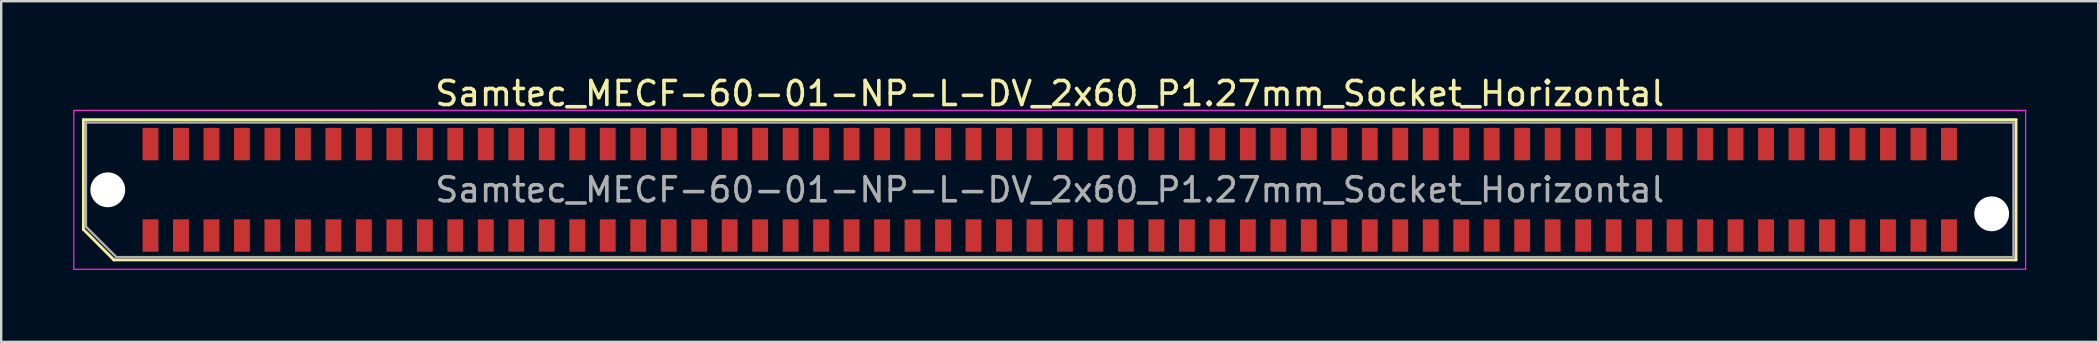
<source format=kicad_pcb>
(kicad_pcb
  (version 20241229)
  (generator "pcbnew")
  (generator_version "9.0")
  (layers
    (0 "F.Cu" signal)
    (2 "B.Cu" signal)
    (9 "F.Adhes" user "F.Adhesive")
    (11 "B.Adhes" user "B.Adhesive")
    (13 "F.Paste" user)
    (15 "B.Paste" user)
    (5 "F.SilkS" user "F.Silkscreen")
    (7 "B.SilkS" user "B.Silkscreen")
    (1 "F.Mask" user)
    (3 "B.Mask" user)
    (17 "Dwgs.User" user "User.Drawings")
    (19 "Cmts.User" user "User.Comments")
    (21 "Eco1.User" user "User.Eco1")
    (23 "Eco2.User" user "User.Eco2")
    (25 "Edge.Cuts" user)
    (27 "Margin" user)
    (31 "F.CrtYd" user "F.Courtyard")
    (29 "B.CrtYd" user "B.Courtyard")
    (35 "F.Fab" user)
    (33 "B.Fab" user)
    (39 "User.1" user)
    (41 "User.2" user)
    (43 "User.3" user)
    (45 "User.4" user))
  (footprint "Samtec_MECF-60-01-NP-L-DV_2x60_P1.27mm_Socket_Horizontal"
    (layer "F.Cu")
    (at 40.685 4.858)
    (property "Reference" "Samtec_MECF-60-01-NP-L-DV_2x60_P1.27mm_Socket_Horizontal" (at 0 -4.01 0) (layer "F.SilkS") (effects (font (size 1 1) (thickness 0.15))))
    (attr smd)
    (fp_line (start -40.26 -2.92) (end 40.26 -2.92) (stroke (width 0.12) (type solid)) (layer "F.SilkS"))
    (fp_line (start -40.26 1.65) (end -40.26 -2.92) (stroke (width 0.12) (type solid)) (layer "F.SilkS"))
    (fp_line (start -38.99 2.92) (end -40.26 1.65) (stroke (width 0.12) (type solid)) (layer "F.SilkS"))
    (fp_line (start -38.99 2.92) (end 40.26 2.92) (stroke (width 0.12) (type solid)) (layer "F.SilkS"))
    (fp_line (start 40.26 2.92) (end 40.26 -2.92) (stroke (width 0.12) (type solid)) (layer "F.SilkS"))
    (fp_line (start -40.66 -3.31) (end -40.66 3.31) (stroke (width 0.05) (type solid)) (layer "F.CrtYd"))
    (fp_line (start -40.66 3.31) (end 40.66 3.31) (stroke (width 0.05) (type solid)) (layer "F.CrtYd"))
    (fp_line (start 40.66 -3.31) (end -40.66 -3.31) (stroke (width 0.05) (type solid)) (layer "F.CrtYd"))
    (fp_line (start 40.66 3.31) (end 40.66 -3.31) (stroke (width 0.05) (type solid)) (layer "F.CrtYd"))
    (fp_line (start -40.155 -2.805) (end 40.155 -2.805) (stroke (width 0.1) (type solid)) (layer "F.Fab"))
    (fp_line (start -40.155 1.535) (end -40.155 -2.805) (stroke (width 0.1) (type solid)) (layer "F.Fab"))
    (fp_line (start -40.155 1.535) (end -38.885 2.805) (stroke (width 0.1) (type solid)) (layer "F.Fab"))
    (fp_line (start -38.885 2.805) (end 40.155 2.805) (stroke (width 0.1) (type solid)) (layer "F.Fab"))
    (fp_line (start 40.155 2.805) (end 40.155 -2.805) (stroke (width 0.1) (type solid)) (layer "F.Fab"))
    (fp_text user "${REFERENCE}" (at 0 0 0) (layer "F.Fab") (effects (font (size 1 1) (thickness 0.15))))
    (pad "" np_thru_hole circle (at -39.245 0) (size 1.45 1.45) (drill 1.45) (layers "*.Cu" "*.Mask"))
    (pad "" np_thru_hole circle (at 39.245 1) (size 1.45 1.45) (drill 1.45) (layers "*.Cu" "*.Mask"))
    (pad "1" smd rect (at -37.465 1.905) (size 0.66 1.35) (layers "F.Cu" "F.Mask" "F.Paste"))
    (pad "2" smd rect (at -37.465 -1.905) (size 0.66 1.35) (layers "F.Cu" "F.Mask" "F.Paste"))
    (pad "3" smd rect (at -36.195 1.905) (size 0.66 1.35) (layers "F.Cu" "F.Mask" "F.Paste"))
    (pad "4" smd rect (at -36.195 -1.905) (size 0.66 1.35) (layers "F.Cu" "F.Mask" "F.Paste"))
    (pad "5" smd rect (at -34.925 1.905) (size 0.66 1.35) (layers "F.Cu" "F.Mask" "F.Paste"))
    (pad "6" smd rect (at -34.925 -1.905) (size 0.66 1.35) (layers "F.Cu" "F.Mask" "F.Paste"))
    (pad "7" smd rect (at -33.655 1.905) (size 0.66 1.35) (layers "F.Cu" "F.Mask" "F.Paste"))
    (pad "8" smd rect (at -33.655 -1.905) (size 0.66 1.35) (layers "F.Cu" "F.Mask" "F.Paste"))
    (pad "9" smd rect (at -32.385 1.905) (size 0.66 1.35) (layers "F.Cu" "F.Mask" "F.Paste"))
    (pad "10" smd rect (at -32.385 -1.905) (size 0.66 1.35) (layers "F.Cu" "F.Mask" "F.Paste"))
    (pad "11" smd rect (at -31.115 1.905) (size 0.66 1.35) (layers "F.Cu" "F.Mask" "F.Paste"))
    (pad "12" smd rect (at -31.115 -1.905) (size 0.66 1.35) (layers "F.Cu" "F.Mask" "F.Paste"))
    (pad "13" smd rect (at -29.845 1.905) (size 0.66 1.35) (layers "F.Cu" "F.Mask" "F.Paste"))
    (pad "14" smd rect (at -29.845 -1.905) (size 0.66 1.35) (layers "F.Cu" "F.Mask" "F.Paste"))
    (pad "15" smd rect (at -28.575 1.905) (size 0.66 1.35) (layers "F.Cu" "F.Mask" "F.Paste"))
    (pad "16" smd rect (at -28.575 -1.905) (size 0.66 1.35) (layers "F.Cu" "F.Mask" "F.Paste"))
    (pad "17" smd rect (at -27.305 1.905) (size 0.66 1.35) (layers "F.Cu" "F.Mask" "F.Paste"))
    (pad "18" smd rect (at -27.305 -1.905) (size 0.66 1.35) (layers "F.Cu" "F.Mask" "F.Paste"))
    (pad "19" smd rect (at -26.035 1.905) (size 0.66 1.35) (layers "F.Cu" "F.Mask" "F.Paste"))
    (pad "20" smd rect (at -26.035 -1.905) (size 0.66 1.35) (layers "F.Cu" "F.Mask" "F.Paste"))
    (pad "21" smd rect (at -24.765 1.905) (size 0.66 1.35) (layers "F.Cu" "F.Mask" "F.Paste"))
    (pad "22" smd rect (at -24.765 -1.905) (size 0.66 1.35) (layers "F.Cu" "F.Mask" "F.Paste"))
    (pad "23" smd rect (at -23.495 1.905) (size 0.66 1.35) (layers "F.Cu" "F.Mask" "F.Paste"))
    (pad "24" smd rect (at -23.495 -1.905) (size 0.66 1.35) (layers "F.Cu" "F.Mask" "F.Paste"))
    (pad "25" smd rect (at -22.225 1.905) (size 0.66 1.35) (layers "F.Cu" "F.Mask" "F.Paste"))
    (pad "26" smd rect (at -22.225 -1.905) (size 0.66 1.35) (layers "F.Cu" "F.Mask" "F.Paste"))
    (pad "27" smd rect (at -20.955 1.905) (size 0.66 1.35) (layers "F.Cu" "F.Mask" "F.Paste"))
    (pad "28" smd rect (at -20.955 -1.905) (size 0.66 1.35) (layers "F.Cu" "F.Mask" "F.Paste"))
    (pad "29" smd rect (at -19.685 1.905) (size 0.66 1.35) (layers "F.Cu" "F.Mask" "F.Paste"))
    (pad "30" smd rect (at -19.685 -1.905) (size 0.66 1.35) (layers "F.Cu" "F.Mask" "F.Paste"))
    (pad "31" smd rect (at -18.415 1.905) (size 0.66 1.35) (layers "F.Cu" "F.Mask" "F.Paste"))
    (pad "32" smd rect (at -18.415 -1.905) (size 0.66 1.35) (layers "F.Cu" "F.Mask" "F.Paste"))
    (pad "33" smd rect (at -17.145 1.905) (size 0.66 1.35) (layers "F.Cu" "F.Mask" "F.Paste"))
    (pad "34" smd rect (at -17.145 -1.905) (size 0.66 1.35) (layers "F.Cu" "F.Mask" "F.Paste"))
    (pad "35" smd rect (at -15.875 1.905) (size 0.66 1.35) (layers "F.Cu" "F.Mask" "F.Paste"))
    (pad "36" smd rect (at -15.875 -1.905) (size 0.66 1.35) (layers "F.Cu" "F.Mask" "F.Paste"))
    (pad "37" smd rect (at -14.605 1.905) (size 0.66 1.35) (layers "F.Cu" "F.Mask" "F.Paste"))
    (pad "38" smd rect (at -14.605 -1.905) (size 0.66 1.35) (layers "F.Cu" "F.Mask" "F.Paste"))
    (pad "39" smd rect (at -13.335 1.905) (size 0.66 1.35) (layers "F.Cu" "F.Mask" "F.Paste"))
    (pad "40" smd rect (at -13.335 -1.905) (size 0.66 1.35) (layers "F.Cu" "F.Mask" "F.Paste"))
    (pad "41" smd rect (at -12.065 1.905) (size 0.66 1.35) (layers "F.Cu" "F.Mask" "F.Paste"))
    (pad "42" smd rect (at -12.065 -1.905) (size 0.66 1.35) (layers "F.Cu" "F.Mask" "F.Paste"))
    (pad "43" smd rect (at -10.795 1.905) (size 0.66 1.35) (layers "F.Cu" "F.Mask" "F.Paste"))
    (pad "44" smd rect (at -10.795 -1.905) (size 0.66 1.35) (layers "F.Cu" "F.Mask" "F.Paste"))
    (pad "45" smd rect (at -9.525 1.905) (size 0.66 1.35) (layers "F.Cu" "F.Mask" "F.Paste"))
    (pad "46" smd rect (at -9.525 -1.905) (size 0.66 1.35) (layers "F.Cu" "F.Mask" "F.Paste"))
    (pad "47" smd rect (at -8.255 1.905) (size 0.66 1.35) (layers "F.Cu" "F.Mask" "F.Paste"))
    (pad "48" smd rect (at -8.255 -1.905) (size 0.66 1.35) (layers "F.Cu" "F.Mask" "F.Paste"))
    (pad "49" smd rect (at -6.985 1.905) (size 0.66 1.35) (layers "F.Cu" "F.Mask" "F.Paste"))
    (pad "50" smd rect (at -6.985 -1.905) (size 0.66 1.35) (layers "F.Cu" "F.Mask" "F.Paste"))
    (pad "51" smd rect (at -5.715 1.905) (size 0.66 1.35) (layers "F.Cu" "F.Mask" "F.Paste"))
    (pad "52" smd rect (at -5.715 -1.905) (size 0.66 1.35) (layers "F.Cu" "F.Mask" "F.Paste"))
    (pad "53" smd rect (at -4.445 1.905) (size 0.66 1.35) (layers "F.Cu" "F.Mask" "F.Paste"))
    (pad "54" smd rect (at -4.445 -1.905) (size 0.66 1.35) (layers "F.Cu" "F.Mask" "F.Paste"))
    (pad "55" smd rect (at -3.175 1.905) (size 0.66 1.35) (layers "F.Cu" "F.Mask" "F.Paste"))
    (pad "56" smd rect (at -3.175 -1.905) (size 0.66 1.35) (layers "F.Cu" "F.Mask" "F.Paste"))
    (pad "57" smd rect (at -1.905 1.905) (size 0.66 1.35) (layers "F.Cu" "F.Mask" "F.Paste"))
    (pad "58" smd rect (at -1.905 -1.905) (size 0.66 1.35) (layers "F.Cu" "F.Mask" "F.Paste"))
    (pad "59" smd rect (at -0.635 1.905) (size 0.66 1.35) (layers "F.Cu" "F.Mask" "F.Paste"))
    (pad "60" smd rect (at -0.635 -1.905) (size 0.66 1.35) (layers "F.Cu" "F.Mask" "F.Paste"))
    (pad "61" smd rect (at 0.635 1.905) (size 0.66 1.35) (layers "F.Cu" "F.Mask" "F.Paste"))
    (pad "62" smd rect (at 0.635 -1.905) (size 0.66 1.35) (layers "F.Cu" "F.Mask" "F.Paste"))
    (pad "63" smd rect (at 1.905 1.905) (size 0.66 1.35) (layers "F.Cu" "F.Mask" "F.Paste"))
    (pad "64" smd rect (at 1.905 -1.905) (size 0.66 1.35) (layers "F.Cu" "F.Mask" "F.Paste"))
    (pad "65" smd rect (at 3.175 1.905) (size 0.66 1.35) (layers "F.Cu" "F.Mask" "F.Paste"))
    (pad "66" smd rect (at 3.175 -1.905) (size 0.66 1.35) (layers "F.Cu" "F.Mask" "F.Paste"))
    (pad "67" smd rect (at 4.445 1.905) (size 0.66 1.35) (layers "F.Cu" "F.Mask" "F.Paste"))
    (pad "68" smd rect (at 4.445 -1.905) (size 0.66 1.35) (layers "F.Cu" "F.Mask" "F.Paste"))
    (pad "69" smd rect (at 5.715 1.905) (size 0.66 1.35) (layers "F.Cu" "F.Mask" "F.Paste"))
    (pad "70" smd rect (at 5.715 -1.905) (size 0.66 1.35) (layers "F.Cu" "F.Mask" "F.Paste"))
    (pad "71" smd rect (at 6.985 1.905) (size 0.66 1.35) (layers "F.Cu" "F.Mask" "F.Paste"))
    (pad "72" smd rect (at 6.985 -1.905) (size 0.66 1.35) (layers "F.Cu" "F.Mask" "F.Paste"))
    (pad "73" smd rect (at 8.255 1.905) (size 0.66 1.35) (layers "F.Cu" "F.Mask" "F.Paste"))
    (pad "74" smd rect (at 8.255 -1.905) (size 0.66 1.35) (layers "F.Cu" "F.Mask" "F.Paste"))
    (pad "75" smd rect (at 9.525 1.905) (size 0.66 1.35) (layers "F.Cu" "F.Mask" "F.Paste"))
    (pad "76" smd rect (at 9.525 -1.905) (size 0.66 1.35) (layers "F.Cu" "F.Mask" "F.Paste"))
    (pad "77" smd rect (at 10.795 1.905) (size 0.66 1.35) (layers "F.Cu" "F.Mask" "F.Paste"))
    (pad "78" smd rect (at 10.795 -1.905) (size 0.66 1.35) (layers "F.Cu" "F.Mask" "F.Paste"))
    (pad "79" smd rect (at 12.065 1.905) (size 0.66 1.35) (layers "F.Cu" "F.Mask" "F.Paste"))
    (pad "80" smd rect (at 12.065 -1.905) (size 0.66 1.35) (layers "F.Cu" "F.Mask" "F.Paste"))
    (pad "81" smd rect (at 13.335 1.905) (size 0.66 1.35) (layers "F.Cu" "F.Mask" "F.Paste"))
    (pad "82" smd rect (at 13.335 -1.905) (size 0.66 1.35) (layers "F.Cu" "F.Mask" "F.Paste"))
    (pad "83" smd rect (at 14.605 1.905) (size 0.66 1.35) (layers "F.Cu" "F.Mask" "F.Paste"))
    (pad "84" smd rect (at 14.605 -1.905) (size 0.66 1.35) (layers "F.Cu" "F.Mask" "F.Paste"))
    (pad "85" smd rect (at 15.875 1.905) (size 0.66 1.35) (layers "F.Cu" "F.Mask" "F.Paste"))
    (pad "86" smd rect (at 15.875 -1.905) (size 0.66 1.35) (layers "F.Cu" "F.Mask" "F.Paste"))
    (pad "87" smd rect (at 17.145 1.905) (size 0.66 1.35) (layers "F.Cu" "F.Mask" "F.Paste"))
    (pad "88" smd rect (at 17.145 -1.905) (size 0.66 1.35) (layers "F.Cu" "F.Mask" "F.Paste"))
    (pad "89" smd rect (at 18.415 1.905) (size 0.66 1.35) (layers "F.Cu" "F.Mask" "F.Paste"))
    (pad "90" smd rect (at 18.415 -1.905) (size 0.66 1.35) (layers "F.Cu" "F.Mask" "F.Paste"))
    (pad "91" smd rect (at 19.685 1.905) (size 0.66 1.35) (layers "F.Cu" "F.Mask" "F.Paste"))
    (pad "92" smd rect (at 19.685 -1.905) (size 0.66 1.35) (layers "F.Cu" "F.Mask" "F.Paste"))
    (pad "93" smd rect (at 20.955 1.905) (size 0.66 1.35) (layers "F.Cu" "F.Mask" "F.Paste"))
    (pad "94" smd rect (at 20.955 -1.905) (size 0.66 1.35) (layers "F.Cu" "F.Mask" "F.Paste"))
    (pad "95" smd rect (at 22.225 1.905) (size 0.66 1.35) (layers "F.Cu" "F.Mask" "F.Paste"))
    (pad "96" smd rect (at 22.225 -1.905) (size 0.66 1.35) (layers "F.Cu" "F.Mask" "F.Paste"))
    (pad "97" smd rect (at 23.495 1.905) (size 0.66 1.35) (layers "F.Cu" "F.Mask" "F.Paste"))
    (pad "98" smd rect (at 23.495 -1.905) (size 0.66 1.35) (layers "F.Cu" "F.Mask" "F.Paste"))
    (pad "99" smd rect (at 24.765 1.905) (size 0.66 1.35) (layers "F.Cu" "F.Mask" "F.Paste"))
    (pad "100" smd rect (at 24.765 -1.905) (size 0.66 1.35) (layers "F.Cu" "F.Mask" "F.Paste"))
    (pad "101" smd rect (at 26.035 1.905) (size 0.66 1.35) (layers "F.Cu" "F.Mask" "F.Paste"))
    (pad "102" smd rect (at 26.035 -1.905) (size 0.66 1.35) (layers "F.Cu" "F.Mask" "F.Paste"))
    (pad "103" smd rect (at 27.305 1.905) (size 0.66 1.35) (layers "F.Cu" "F.Mask" "F.Paste"))
    (pad "104" smd rect (at 27.305 -1.905) (size 0.66 1.35) (layers "F.Cu" "F.Mask" "F.Paste"))
    (pad "105" smd rect (at 28.575 1.905) (size 0.66 1.35) (layers "F.Cu" "F.Mask" "F.Paste"))
    (pad "106" smd rect (at 28.575 -1.905) (size 0.66 1.35) (layers "F.Cu" "F.Mask" "F.Paste"))
    (pad "107" smd rect (at 29.845 1.905) (size 0.66 1.35) (layers "F.Cu" "F.Mask" "F.Paste"))
    (pad "108" smd rect (at 29.845 -1.905) (size 0.66 1.35) (layers "F.Cu" "F.Mask" "F.Paste"))
    (pad "109" smd rect (at 31.115 1.905) (size 0.66 1.35) (layers "F.Cu" "F.Mask" "F.Paste"))
    (pad "110" smd rect (at 31.115 -1.905) (size 0.66 1.35) (layers "F.Cu" "F.Mask" "F.Paste"))
    (pad "111" smd rect (at 32.385 1.905) (size 0.66 1.35) (layers "F.Cu" "F.Mask" "F.Paste"))
    (pad "112" smd rect (at 32.385 -1.905) (size 0.66 1.35) (layers "F.Cu" "F.Mask" "F.Paste"))
    (pad "113" smd rect (at 33.655 1.905) (size 0.66 1.35) (layers "F.Cu" "F.Mask" "F.Paste"))
    (pad "114" smd rect (at 33.655 -1.905) (size 0.66 1.35) (layers "F.Cu" "F.Mask" "F.Paste"))
    (pad "115" smd rect (at 34.925 1.905) (size 0.66 1.35) (layers "F.Cu" "F.Mask" "F.Paste"))
    (pad "116" smd rect (at 34.925 -1.905) (size 0.66 1.35) (layers "F.Cu" "F.Mask" "F.Paste"))
    (pad "117" smd rect (at 36.195 1.905) (size 0.66 1.35) (layers "F.Cu" "F.Mask" "F.Paste"))
    (pad "118" smd rect (at 36.195 -1.905) (size 0.66 1.35) (layers "F.Cu" "F.Mask" "F.Paste"))
    (pad "119" smd rect (at 37.465 1.905) (size 0.66 1.35) (layers "F.Cu" "F.Mask" "F.Paste"))
    (pad "120" smd rect (at 37.465 -1.905) (size 0.66 1.35) (layers "F.Cu" "F.Mask" "F.Paste")))
  (gr_rect
    (start -3 -3)
    (end 84.37 11.193)
    (stroke (width 0.1) (type default))
    (fill no)
    (layer "Edge.Cuts")))
</source>
